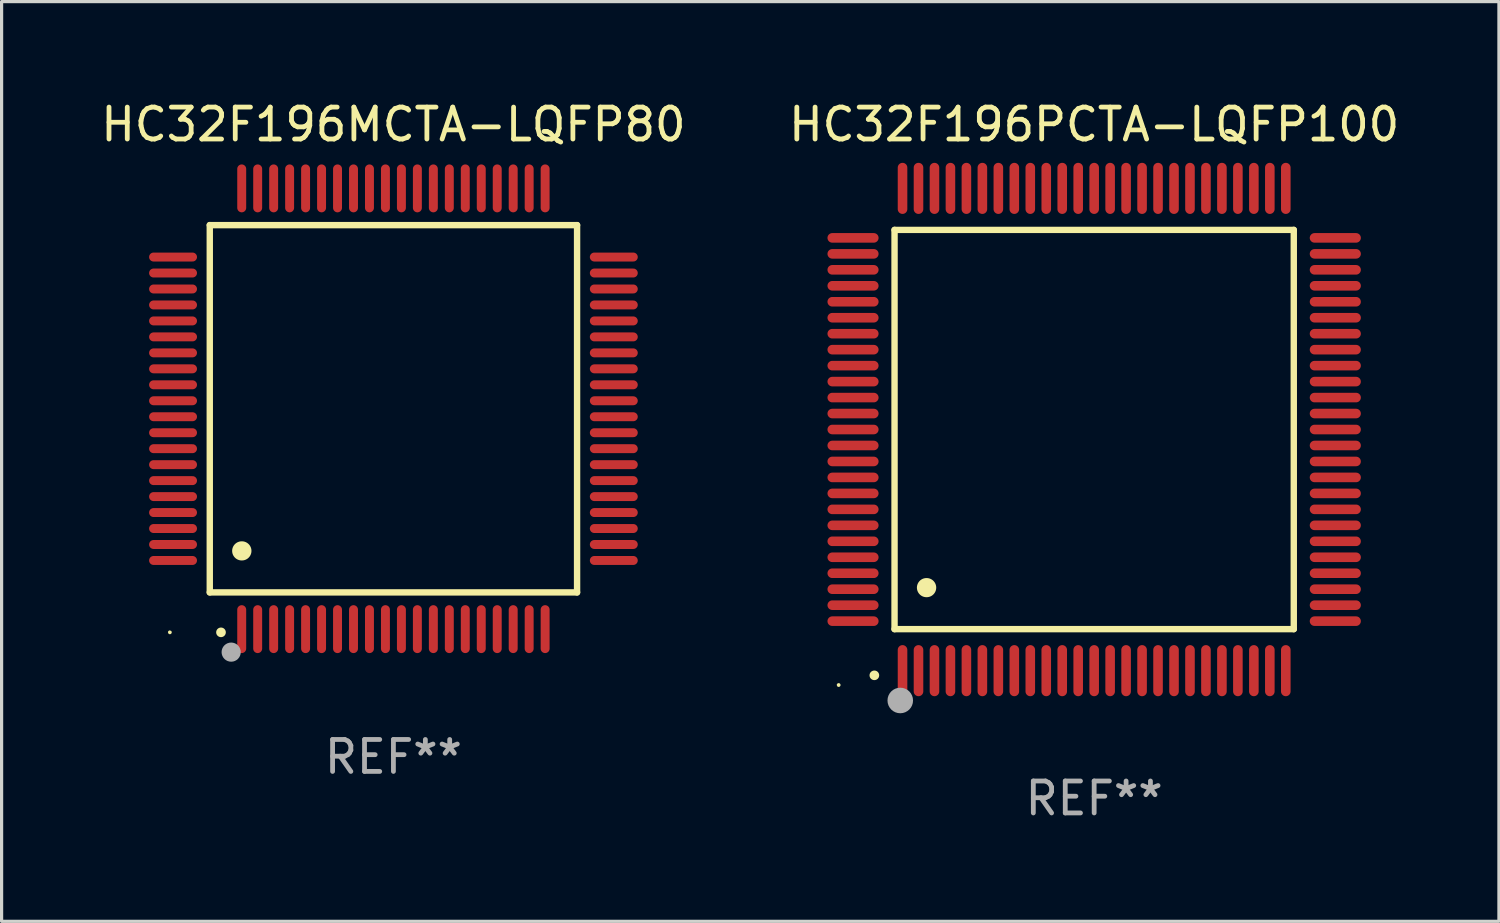
<source format=kicad_pcb>
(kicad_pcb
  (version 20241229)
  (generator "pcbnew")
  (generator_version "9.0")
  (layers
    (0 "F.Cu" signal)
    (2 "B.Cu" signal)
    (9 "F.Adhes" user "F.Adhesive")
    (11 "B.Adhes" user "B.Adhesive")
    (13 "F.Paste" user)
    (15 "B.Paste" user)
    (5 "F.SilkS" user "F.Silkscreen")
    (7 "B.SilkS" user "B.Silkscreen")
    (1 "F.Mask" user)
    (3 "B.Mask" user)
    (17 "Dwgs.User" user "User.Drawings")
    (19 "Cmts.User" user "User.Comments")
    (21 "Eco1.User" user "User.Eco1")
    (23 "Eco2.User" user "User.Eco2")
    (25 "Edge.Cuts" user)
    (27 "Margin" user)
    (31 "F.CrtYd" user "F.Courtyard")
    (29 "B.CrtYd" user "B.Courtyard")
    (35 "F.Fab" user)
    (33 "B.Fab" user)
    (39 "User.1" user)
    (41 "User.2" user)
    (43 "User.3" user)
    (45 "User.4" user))
  (footprint "HC32F196PCTA-LQFP100"
    (layer "F.Cu")
    (at 31.208 10.398)
    (property "Reference" "HC32F196PCTA-LQFP100" (at 0 -9.55 0) (layer "F.SilkS") (effects (font (size 1 1) (thickness 0.15))))
    (attr through_hole)
    (fp_line (start -6.25 -6.25) (end -6.25 6.25) (stroke (width 0.2) (type solid)) (layer "F.SilkS"))
    (fp_line (start -6.25 6.25) (end 6.25 6.25) (stroke (width 0.2) (type solid)) (layer "F.SilkS"))
    (fp_line (start 6.25 -6.25) (end -6.25 -6.25) (stroke (width 0.2) (type solid)) (layer "F.SilkS"))
    (fp_line (start 6.25 6.25) (end 6.25 -6.25) (stroke (width 0.2) (type solid)) (layer "F.SilkS"))
    (fp_arc (start -6.883414 7.696215) (mid -6.882144 7.69621) (end -6.880874 7.696215) (stroke (width 0.3) (type solid)) (layer "F.SilkS"))
    (fp_arc (start -5.250191 4.95047) (mid -5.247651 4.950459) (end -5.245111 4.95047) (stroke (width 0.6) (type solid)) (layer "F.SilkS"))
    (fp_circle (center -8 8) (end -7.97 8) (stroke (width 0.06) (type solid)) (fill no) (layer "F.SilkS"))
    (fp_circle (center -6.071 8.484) (end -5.871 8.484) (stroke (width 0.4) (type solid)) (fill no) (layer "F.Fab"))
    (fp_text user "REF**" (at 0 11.55 0) (layer "F.Fab") (effects (font (size 1 1) (thickness 0.15))))
    (pad "1" smd oval (at -6 7.55) (size 0.3 1.6) (layers "F.Cu" "F.Mask" "F.Paste"))
    (pad "2" smd oval (at -5.5 7.55) (size 0.3 1.6) (layers "F.Cu" "F.Mask" "F.Paste"))
    (pad "3" smd oval (at -5 7.55) (size 0.3 1.6) (layers "F.Cu" "F.Mask" "F.Paste"))
    (pad "4" smd oval (at -4.5 7.55) (size 0.3 1.6) (layers "F.Cu" "F.Mask" "F.Paste"))
    (pad "5" smd oval (at -4 7.55) (size 0.3 1.6) (layers "F.Cu" "F.Mask" "F.Paste"))
    (pad "6" smd oval (at -3.5 7.55) (size 0.3 1.6) (layers "F.Cu" "F.Mask" "F.Paste"))
    (pad "7" smd oval (at -3 7.55) (size 0.3 1.6) (layers "F.Cu" "F.Mask" "F.Paste"))
    (pad "8" smd oval (at -2.5 7.55) (size 0.3 1.6) (layers "F.Cu" "F.Mask" "F.Paste"))
    (pad "9" smd oval (at -2 7.55) (size 0.3 1.6) (layers "F.Cu" "F.Mask" "F.Paste"))
    (pad "10" smd oval (at -1.5 7.55) (size 0.3 1.6) (layers "F.Cu" "F.Mask" "F.Paste"))
    (pad "11" smd oval (at -1 7.55) (size 0.3 1.6) (layers "F.Cu" "F.Mask" "F.Paste"))
    (pad "12" smd oval (at -0.5 7.55) (size 0.3 1.6) (layers "F.Cu" "F.Mask" "F.Paste"))
    (pad "13" smd oval (at 0 7.55) (size 0.3 1.6) (layers "F.Cu" "F.Mask" "F.Paste"))
    (pad "14" smd oval (at 0.5 7.55) (size 0.3 1.6) (layers "F.Cu" "F.Mask" "F.Paste"))
    (pad "15" smd oval (at 1 7.55) (size 0.3 1.6) (layers "F.Cu" "F.Mask" "F.Paste"))
    (pad "16" smd oval (at 1.5 7.55) (size 0.3 1.6) (layers "F.Cu" "F.Mask" "F.Paste"))
    (pad "17" smd oval (at 2 7.55) (size 0.3 1.6) (layers "F.Cu" "F.Mask" "F.Paste"))
    (pad "18" smd oval (at 2.5 7.55) (size 0.3 1.6) (layers "F.Cu" "F.Mask" "F.Paste"))
    (pad "19" smd oval (at 3 7.55) (size 0.3 1.6) (layers "F.Cu" "F.Mask" "F.Paste"))
    (pad "20" smd oval (at 3.5 7.55) (size 0.3 1.6) (layers "F.Cu" "F.Mask" "F.Paste"))
    (pad "21" smd oval (at 4 7.55) (size 0.3 1.6) (layers "F.Cu" "F.Mask" "F.Paste"))
    (pad "22" smd oval (at 4.5 7.55) (size 0.3 1.6) (layers "F.Cu" "F.Mask" "F.Paste"))
    (pad "23" smd oval (at 5 7.55) (size 0.3 1.6) (layers "F.Cu" "F.Mask" "F.Paste"))
    (pad "24" smd oval (at 5.5 7.55) (size 0.3 1.6) (layers "F.Cu" "F.Mask" "F.Paste"))
    (pad "25" smd oval (at 6 7.55) (size 0.3 1.6) (layers "F.Cu" "F.Mask" "F.Paste"))
    (pad "26" smd oval (at 7.55 6) (size 1.6 0.3) (layers "F.Cu" "F.Mask" "F.Paste"))
    (pad "27" smd oval (at 7.55 5.5) (size 1.6 0.3) (layers "F.Cu" "F.Mask" "F.Paste"))
    (pad "28" smd oval (at 7.55 5) (size 1.6 0.3) (layers "F.Cu" "F.Mask" "F.Paste"))
    (pad "29" smd oval (at 7.55 4.5) (size 1.6 0.3) (layers "F.Cu" "F.Mask" "F.Paste"))
    (pad "30" smd oval (at 7.55 4) (size 1.6 0.3) (layers "F.Cu" "F.Mask" "F.Paste"))
    (pad "31" smd oval (at 7.55 3.5) (size 1.6 0.3) (layers "F.Cu" "F.Mask" "F.Paste"))
    (pad "32" smd oval (at 7.55 3) (size 1.6 0.3) (layers "F.Cu" "F.Mask" "F.Paste"))
    (pad "33" smd oval (at 7.55 2.5) (size 1.6 0.3) (layers "F.Cu" "F.Mask" "F.Paste"))
    (pad "34" smd oval (at 7.55 2) (size 1.6 0.3) (layers "F.Cu" "F.Mask" "F.Paste"))
    (pad "35" smd oval (at 7.55 1.5) (size 1.6 0.3) (layers "F.Cu" "F.Mask" "F.Paste"))
    (pad "36" smd oval (at 7.55 1) (size 1.6 0.3) (layers "F.Cu" "F.Mask" "F.Paste"))
    (pad "37" smd oval (at 7.55 0.5) (size 1.6 0.3) (layers "F.Cu" "F.Mask" "F.Paste"))
    (pad "38" smd oval (at 7.55 0) (size 1.6 0.3) (layers "F.Cu" "F.Mask" "F.Paste"))
    (pad "39" smd oval (at 7.55 -0.5) (size 1.6 0.3) (layers "F.Cu" "F.Mask" "F.Paste"))
    (pad "40" smd oval (at 7.55 -1) (size 1.6 0.3) (layers "F.Cu" "F.Mask" "F.Paste"))
    (pad "41" smd oval (at 7.55 -1.5) (size 1.6 0.3) (layers "F.Cu" "F.Mask" "F.Paste"))
    (pad "42" smd oval (at 7.55 -2) (size 1.6 0.3) (layers "F.Cu" "F.Mask" "F.Paste"))
    (pad "43" smd oval (at 7.55 -2.5) (size 1.6 0.3) (layers "F.Cu" "F.Mask" "F.Paste"))
    (pad "44" smd oval (at 7.55 -3) (size 1.6 0.3) (layers "F.Cu" "F.Mask" "F.Paste"))
    (pad "45" smd oval (at 7.55 -3.5) (size 1.6 0.3) (layers "F.Cu" "F.Mask" "F.Paste"))
    (pad "46" smd oval (at 7.55 -4) (size 1.6 0.3) (layers "F.Cu" "F.Mask" "F.Paste"))
    (pad "47" smd oval (at 7.55 -4.5) (size 1.6 0.3) (layers "F.Cu" "F.Mask" "F.Paste"))
    (pad "48" smd oval (at 7.55 -5) (size 1.6 0.3) (layers "F.Cu" "F.Mask" "F.Paste"))
    (pad "49" smd oval (at 7.55 -5.5) (size 1.6 0.3) (layers "F.Cu" "F.Mask" "F.Paste"))
    (pad "50" smd oval (at 7.55 -6) (size 1.6 0.3) (layers "F.Cu" "F.Mask" "F.Paste"))
    (pad "51" smd oval (at 6 -7.55) (size 0.3 1.6) (layers "F.Cu" "F.Mask" "F.Paste"))
    (pad "52" smd oval (at 5.5 -7.55) (size 0.3 1.6) (layers "F.Cu" "F.Mask" "F.Paste"))
    (pad "53" smd oval (at 5 -7.55) (size 0.3 1.6) (layers "F.Cu" "F.Mask" "F.Paste"))
    (pad "54" smd oval (at 4.5 -7.55) (size 0.3 1.6) (layers "F.Cu" "F.Mask" "F.Paste"))
    (pad "55" smd oval (at 4 -7.55) (size 0.3 1.6) (layers "F.Cu" "F.Mask" "F.Paste"))
    (pad "56" smd oval (at 3.5 -7.55) (size 0.3 1.6) (layers "F.Cu" "F.Mask" "F.Paste"))
    (pad "57" smd oval (at 3 -7.55) (size 0.3 1.6) (layers "F.Cu" "F.Mask" "F.Paste"))
    (pad "58" smd oval (at 2.5 -7.55) (size 0.3 1.6) (layers "F.Cu" "F.Mask" "F.Paste"))
    (pad "59" smd oval (at 2 -7.55) (size 0.3 1.6) (layers "F.Cu" "F.Mask" "F.Paste"))
    (pad "60" smd oval (at 1.5 -7.55) (size 0.3 1.6) (layers "F.Cu" "F.Mask" "F.Paste"))
    (pad "61" smd oval (at 1 -7.55) (size 0.3 1.6) (layers "F.Cu" "F.Mask" "F.Paste"))
    (pad "62" smd oval (at 0.5 -7.55) (size 0.3 1.6) (layers "F.Cu" "F.Mask" "F.Paste"))
    (pad "63" smd oval (at 0 -7.55) (size 0.3 1.6) (layers "F.Cu" "F.Mask" "F.Paste"))
    (pad "64" smd oval (at -0.5 -7.55) (size 0.3 1.6) (layers "F.Cu" "F.Mask" "F.Paste"))
    (pad "65" smd oval (at -1 -7.55) (size 0.3 1.6) (layers "F.Cu" "F.Mask" "F.Paste"))
    (pad "66" smd oval (at -1.5 -7.55) (size 0.3 1.6) (layers "F.Cu" "F.Mask" "F.Paste"))
    (pad "67" smd oval (at -2 -7.55) (size 0.3 1.6) (layers "F.Cu" "F.Mask" "F.Paste"))
    (pad "68" smd oval (at -2.5 -7.55) (size 0.3 1.6) (layers "F.Cu" "F.Mask" "F.Paste"))
    (pad "69" smd oval (at -3 -7.55) (size 0.3 1.6) (layers "F.Cu" "F.Mask" "F.Paste"))
    (pad "70" smd oval (at -3.5 -7.55) (size 0.3 1.6) (layers "F.Cu" "F.Mask" "F.Paste"))
    (pad "71" smd oval (at -4 -7.55) (size 0.3 1.6) (layers "F.Cu" "F.Mask" "F.Paste"))
    (pad "72" smd oval (at -4.5 -7.55) (size 0.3 1.6) (layers "F.Cu" "F.Mask" "F.Paste"))
    (pad "73" smd oval (at -5 -7.55) (size 0.3 1.6) (layers "F.Cu" "F.Mask" "F.Paste"))
    (pad "74" smd oval (at -5.5 -7.55) (size 0.3 1.6) (layers "F.Cu" "F.Mask" "F.Paste"))
    (pad "75" smd oval (at -6 -7.55) (size 0.3 1.6) (layers "F.Cu" "F.Mask" "F.Paste"))
    (pad "76" smd oval (at -7.55 -6) (size 1.6 0.3) (layers "F.Cu" "F.Mask" "F.Paste"))
    (pad "77" smd oval (at -7.55 -5.5) (size 1.6 0.3) (layers "F.Cu" "F.Mask" "F.Paste"))
    (pad "78" smd oval (at -7.55 -5) (size 1.6 0.3) (layers "F.Cu" "F.Mask" "F.Paste"))
    (pad "79" smd oval (at -7.55 -4.5) (size 1.6 0.3) (layers "F.Cu" "F.Mask" "F.Paste"))
    (pad "80" smd oval (at -7.55 -4) (size 1.6 0.3) (layers "F.Cu" "F.Mask" "F.Paste"))
    (pad "81" smd oval (at -7.55 -3.5) (size 1.6 0.3) (layers "F.Cu" "F.Mask" "F.Paste"))
    (pad "82" smd oval (at -7.55 -3) (size 1.6 0.3) (layers "F.Cu" "F.Mask" "F.Paste"))
    (pad "83" smd oval (at -7.55 -2.5) (size 1.6 0.3) (layers "F.Cu" "F.Mask" "F.Paste"))
    (pad "84" smd oval (at -7.55 -2) (size 1.6 0.3) (layers "F.Cu" "F.Mask" "F.Paste"))
    (pad "85" smd oval (at -7.55 -1.5) (size 1.6 0.3) (layers "F.Cu" "F.Mask" "F.Paste"))
    (pad "86" smd oval (at -7.55 -1) (size 1.6 0.3) (layers "F.Cu" "F.Mask" "F.Paste"))
    (pad "87" smd oval (at -7.55 -0.5) (size 1.6 0.3) (layers "F.Cu" "F.Mask" "F.Paste"))
    (pad "88" smd oval (at -7.55 0) (size 1.6 0.3) (layers "F.Cu" "F.Mask" "F.Paste"))
    (pad "89" smd oval (at -7.55 0.5) (size 1.6 0.3) (layers "F.Cu" "F.Mask" "F.Paste"))
    (pad "90" smd oval (at -7.55 1) (size 1.6 0.3) (layers "F.Cu" "F.Mask" "F.Paste"))
    (pad "91" smd oval (at -7.55 1.5) (size 1.6 0.3) (layers "F.Cu" "F.Mask" "F.Paste"))
    (pad "92" smd oval (at -7.55 2) (size 1.6 0.3) (layers "F.Cu" "F.Mask" "F.Paste"))
    (pad "93" smd oval (at -7.55 2.5) (size 1.6 0.3) (layers "F.Cu" "F.Mask" "F.Paste"))
    (pad "94" smd oval (at -7.55 3) (size 1.6 0.3) (layers "F.Cu" "F.Mask" "F.Paste"))
    (pad "95" smd oval (at -7.55 3.5) (size 1.6 0.3) (layers "F.Cu" "F.Mask" "F.Paste"))
    (pad "96" smd oval (at -7.55 4) (size 1.6 0.3) (layers "F.Cu" "F.Mask" "F.Paste"))
    (pad "97" smd oval (at -7.55 4.5) (size 1.6 0.3) (layers "F.Cu" "F.Mask" "F.Paste"))
    (pad "98" smd oval (at -7.55 5) (size 1.6 0.3) (layers "F.Cu" "F.Mask" "F.Paste"))
    (pad "99" smd oval (at -7.55 5.5) (size 1.6 0.3) (layers "F.Cu" "F.Mask" "F.Paste"))
    (pad "100" smd oval (at -7.55 6) (size 1.6 0.3) (layers "F.Cu" "F.Mask" "F.Paste")))
  (footprint "HC32F196MCTA-LQFP80"
    (layer "F.Cu")
    (at 9.268 9.748)
    (property "Reference" "HC32F196MCTA-LQFP80" (at 0 -8.9 0) (layer "F.SilkS") (effects (font (size 1 1) (thickness 0.15))))
    (attr through_hole)
    (fp_line (start -5.75 -5.75) (end 5.75 -5.75) (stroke (width 0.2) (type solid)) (layer "F.SilkS"))
    (fp_line (start -5.75 5.75) (end -5.75 -5.75) (stroke (width 0.2) (type solid)) (layer "F.SilkS"))
    (fp_line (start 5.75 -5.75) (end 5.75 5.75) (stroke (width 0.2) (type solid)) (layer "F.SilkS"))
    (fp_line (start 5.75 5.75) (end -5.75 5.75) (stroke (width 0.2) (type solid)) (layer "F.SilkS"))
    (fp_arc (start -5.400051 7.000254) (mid -5.398781 7.000249) (end -5.397511 7.000254) (stroke (width 0.3) (type solid)) (layer "F.SilkS"))
    (fp_arc (start -4.749809 4.450089) (mid -4.747269 4.450078) (end -4.744729 4.450089) (stroke (width 0.6) (type solid)) (layer "F.SilkS"))
    (fp_circle (center -7 7) (end -6.97 7) (stroke (width 0.06) (type solid)) (fill no) (layer "F.SilkS"))
    (fp_circle (center -5.08 7.62) (end -4.93 7.62) (stroke (width 0.3) (type solid)) (fill no) (layer "F.Fab"))
    (fp_text user "REF**" (at 0 10.9 0) (layer "F.Fab") (effects (font (size 1 1) (thickness 0.15))))
    (pad "1" smd oval (at -4.75 6.9 180) (size 0.28 1.5) (layers "F.Cu" "F.Mask" "F.Paste"))
    (pad "2" smd oval (at -4.25 6.9 180) (size 0.28 1.5) (layers "F.Cu" "F.Mask" "F.Paste"))
    (pad "3" smd oval (at -3.75 6.9 180) (size 0.28 1.5) (layers "F.Cu" "F.Mask" "F.Paste"))
    (pad "4" smd oval (at -3.25 6.9 180) (size 0.28 1.5) (layers "F.Cu" "F.Mask" "F.Paste"))
    (pad "5" smd oval (at -2.75 6.9 180) (size 0.28 1.5) (layers "F.Cu" "F.Mask" "F.Paste"))
    (pad "6" smd oval (at -2.25 6.9 180) (size 0.28 1.5) (layers "F.Cu" "F.Mask" "F.Paste"))
    (pad "7" smd oval (at -1.75 6.9 180) (size 0.28 1.5) (layers "F.Cu" "F.Mask" "F.Paste"))
    (pad "8" smd oval (at -1.25 6.9 180) (size 0.28 1.5) (layers "F.Cu" "F.Mask" "F.Paste"))
    (pad "9" smd oval (at -0.75 6.9 180) (size 0.28 1.5) (layers "F.Cu" "F.Mask" "F.Paste"))
    (pad "10" smd oval (at -0.25 6.9 180) (size 0.28 1.5) (layers "F.Cu" "F.Mask" "F.Paste"))
    (pad "11" smd oval (at 0.25 6.9 180) (size 0.28 1.5) (layers "F.Cu" "F.Mask" "F.Paste"))
    (pad "12" smd oval (at 0.75 6.9 180) (size 0.28 1.5) (layers "F.Cu" "F.Mask" "F.Paste"))
    (pad "13" smd oval (at 1.25 6.9 180) (size 0.28 1.5) (layers "F.Cu" "F.Mask" "F.Paste"))
    (pad "14" smd oval (at 1.75 6.9 180) (size 0.28 1.5) (layers "F.Cu" "F.Mask" "F.Paste"))
    (pad "15" smd oval (at 2.25 6.9 180) (size 0.28 1.5) (layers "F.Cu" "F.Mask" "F.Paste"))
    (pad "16" smd oval (at 2.75 6.9 180) (size 0.28 1.5) (layers "F.Cu" "F.Mask" "F.Paste"))
    (pad "17" smd oval (at 3.25 6.9 180) (size 0.28 1.5) (layers "F.Cu" "F.Mask" "F.Paste"))
    (pad "18" smd oval (at 3.75 6.9 180) (size 0.28 1.5) (layers "F.Cu" "F.Mask" "F.Paste"))
    (pad "19" smd oval (at 4.25 6.9 180) (size 0.28 1.5) (layers "F.Cu" "F.Mask" "F.Paste"))
    (pad "20" smd oval (at 4.75 6.9) (size 0.28 1.5) (layers "F.Cu" "F.Mask" "F.Paste"))
    (pad "21" smd oval (at 6.9 4.75 270) (size 0.28 1.5) (layers "F.Cu" "F.Mask" "F.Paste"))
    (pad "22" smd oval (at 6.9 4.25 90) (size 0.28 1.5) (layers "F.Cu" "F.Mask" "F.Paste"))
    (pad "23" smd oval (at 6.9 3.75 90) (size 0.28 1.5) (layers "F.Cu" "F.Mask" "F.Paste"))
    (pad "24" smd oval (at 6.9 3.25 90) (size 0.28 1.5) (layers "F.Cu" "F.Mask" "F.Paste"))
    (pad "25" smd oval (at 6.9 2.75 90) (size 0.28 1.5) (layers "F.Cu" "F.Mask" "F.Paste"))
    (pad "26" smd oval (at 6.9 2.25 90) (size 0.28 1.5) (layers "F.Cu" "F.Mask" "F.Paste"))
    (pad "27" smd oval (at 6.9 1.75 90) (size 0.28 1.5) (layers "F.Cu" "F.Mask" "F.Paste"))
    (pad "28" smd oval (at 6.9 1.25 90) (size 0.28 1.5) (layers "F.Cu" "F.Mask" "F.Paste"))
    (pad "29" smd oval (at 6.9 0.75 90) (size 0.28 1.5) (layers "F.Cu" "F.Mask" "F.Paste"))
    (pad "30" smd oval (at 6.9 0.25 90) (size 0.28 1.5) (layers "F.Cu" "F.Mask" "F.Paste"))
    (pad "31" smd oval (at 6.9 -0.25 90) (size 0.28 1.5) (layers "F.Cu" "F.Mask" "F.Paste"))
    (pad "32" smd oval (at 6.9 -0.75 90) (size 0.28 1.5) (layers "F.Cu" "F.Mask" "F.Paste"))
    (pad "33" smd oval (at 6.9 -1.25 90) (size 0.28 1.5) (layers "F.Cu" "F.Mask" "F.Paste"))
    (pad "34" smd oval (at 6.9 -1.75 90) (size 0.28 1.5) (layers "F.Cu" "F.Mask" "F.Paste"))
    (pad "35" smd oval (at 6.9 -2.25 90) (size 0.28 1.5) (layers "F.Cu" "F.Mask" "F.Paste"))
    (pad "36" smd oval (at 6.9 -2.75 90) (size 0.28 1.5) (layers "F.Cu" "F.Mask" "F.Paste"))
    (pad "37" smd oval (at 6.9 -3.25 90) (size 0.28 1.5) (layers "F.Cu" "F.Mask" "F.Paste"))
    (pad "38" smd oval (at 6.9 -3.75 90) (size 0.28 1.5) (layers "F.Cu" "F.Mask" "F.Paste"))
    (pad "39" smd oval (at 6.9 -4.25 90) (size 0.28 1.5) (layers "F.Cu" "F.Mask" "F.Paste"))
    (pad "40" smd oval (at 6.9 -4.75 90) (size 0.28 1.5) (layers "F.Cu" "F.Mask" "F.Paste"))
    (pad "41" smd oval (at 4.75 -6.9) (size 0.28 1.5) (layers "F.Cu" "F.Mask" "F.Paste"))
    (pad "42" smd oval (at 4.25 -6.9 180) (size 0.28 1.5) (layers "F.Cu" "F.Mask" "F.Paste"))
    (pad "43" smd oval (at 3.75 -6.9 180) (size 0.28 1.5) (layers "F.Cu" "F.Mask" "F.Paste"))
    (pad "44" smd oval (at 3.25 -6.9 180) (size 0.28 1.5) (layers "F.Cu" "F.Mask" "F.Paste"))
    (pad "45" smd oval (at 2.75 -6.9 180) (size 0.28 1.5) (layers "F.Cu" "F.Mask" "F.Paste"))
    (pad "46" smd oval (at 2.25 -6.9 180) (size 0.28 1.5) (layers "F.Cu" "F.Mask" "F.Paste"))
    (pad "47" smd oval (at 1.75 -6.9 180) (size 0.28 1.5) (layers "F.Cu" "F.Mask" "F.Paste"))
    (pad "48" smd oval (at 1.25 -6.9 180) (size 0.28 1.5) (layers "F.Cu" "F.Mask" "F.Paste"))
    (pad "49" smd oval (at 0.75 -6.9 180) (size 0.28 1.5) (layers "F.Cu" "F.Mask" "F.Paste"))
    (pad "50" smd oval (at 0.25 -6.9 180) (size 0.28 1.5) (layers "F.Cu" "F.Mask" "F.Paste"))
    (pad "51" smd oval (at -0.25 -6.9 180) (size 0.28 1.5) (layers "F.Cu" "F.Mask" "F.Paste"))
    (pad "52" smd oval (at -0.75 -6.9 180) (size 0.28 1.5) (layers "F.Cu" "F.Mask" "F.Paste"))
    (pad "53" smd oval (at -1.25 -6.9 180) (size 0.28 1.5) (layers "F.Cu" "F.Mask" "F.Paste"))
    (pad "54" smd oval (at -1.75 -6.9 180) (size 0.28 1.5) (layers "F.Cu" "F.Mask" "F.Paste"))
    (pad "55" smd oval (at -2.25 -6.9 180) (size 0.28 1.5) (layers "F.Cu" "F.Mask" "F.Paste"))
    (pad "56" smd oval (at -2.75 -6.9 180) (size 0.28 1.5) (layers "F.Cu" "F.Mask" "F.Paste"))
    (pad "57" smd oval (at -3.25 -6.9 180) (size 0.28 1.5) (layers "F.Cu" "F.Mask" "F.Paste"))
    (pad "58" smd oval (at -3.75 -6.9 180) (size 0.28 1.5) (layers "F.Cu" "F.Mask" "F.Paste"))
    (pad "59" smd oval (at -4.25 -6.9 180) (size 0.28 1.5) (layers "F.Cu" "F.Mask" "F.Paste"))
    (pad "60" smd oval (at -4.75 -6.9 180) (size 0.28 1.5) (layers "F.Cu" "F.Mask" "F.Paste"))
    (pad "61" smd oval (at -6.9 -4.75 90) (size 0.28 1.5) (layers "F.Cu" "F.Mask" "F.Paste"))
    (pad "62" smd oval (at -6.9 -4.25 90) (size 0.28 1.5) (layers "F.Cu" "F.Mask" "F.Paste"))
    (pad "63" smd oval (at -6.9 -3.75 90) (size 0.28 1.5) (layers "F.Cu" "F.Mask" "F.Paste"))
    (pad "64" smd oval (at -6.9 -3.25 90) (size 0.28 1.5) (layers "F.Cu" "F.Mask" "F.Paste"))
    (pad "65" smd oval (at -6.9 -2.75 90) (size 0.28 1.5) (layers "F.Cu" "F.Mask" "F.Paste"))
    (pad "66" smd oval (at -6.9 -2.25 90) (size 0.28 1.5) (layers "F.Cu" "F.Mask" "F.Paste"))
    (pad "67" smd oval (at -6.9 -1.75 90) (size 0.28 1.5) (layers "F.Cu" "F.Mask" "F.Paste"))
    (pad "68" smd oval (at -6.9 -1.25 90) (size 0.28 1.5) (layers "F.Cu" "F.Mask" "F.Paste"))
    (pad "69" smd oval (at -6.9 -0.75 90) (size 0.28 1.5) (layers "F.Cu" "F.Mask" "F.Paste"))
    (pad "70" smd oval (at -6.9 -0.25 90) (size 0.28 1.5) (layers "F.Cu" "F.Mask" "F.Paste"))
    (pad "71" smd oval (at -6.9 0.25 90) (size 0.28 1.5) (layers "F.Cu" "F.Mask" "F.Paste"))
    (pad "72" smd oval (at -6.9 0.75 90) (size 0.28 1.5) (layers "F.Cu" "F.Mask" "F.Paste"))
    (pad "73" smd oval (at -6.9 1.25 90) (size 0.28 1.5) (layers "F.Cu" "F.Mask" "F.Paste"))
    (pad "74" smd oval (at -6.9 1.75 90) (size 0.28 1.5) (layers "F.Cu" "F.Mask" "F.Paste"))
    (pad "75" smd oval (at -6.9 2.25 90) (size 0.28 1.5) (layers "F.Cu" "F.Mask" "F.Paste"))
    (pad "76" smd oval (at -6.9 2.75 90) (size 0.28 1.5) (layers "F.Cu" "F.Mask" "F.Paste"))
    (pad "77" smd oval (at -6.9 3.25 90) (size 0.28 1.5) (layers "F.Cu" "F.Mask" "F.Paste"))
    (pad "78" smd oval (at -6.9 3.75 90) (size 0.28 1.5) (layers "F.Cu" "F.Mask" "F.Paste"))
    (pad "79" smd oval (at -6.9 4.25 90) (size 0.28 1.5) (layers "F.Cu" "F.Mask" "F.Paste"))
    (pad "80" smd oval (at -6.9 4.75 270) (size 0.28 1.5) (layers "F.Cu" "F.Mask" "F.Paste")))
  (gr_rect
    (start -3 -3)
    (end 43.881 25.796)
    (stroke (width 0.1) (type default))
    (fill no)
    (layer "Edge.Cuts")))
</source>
